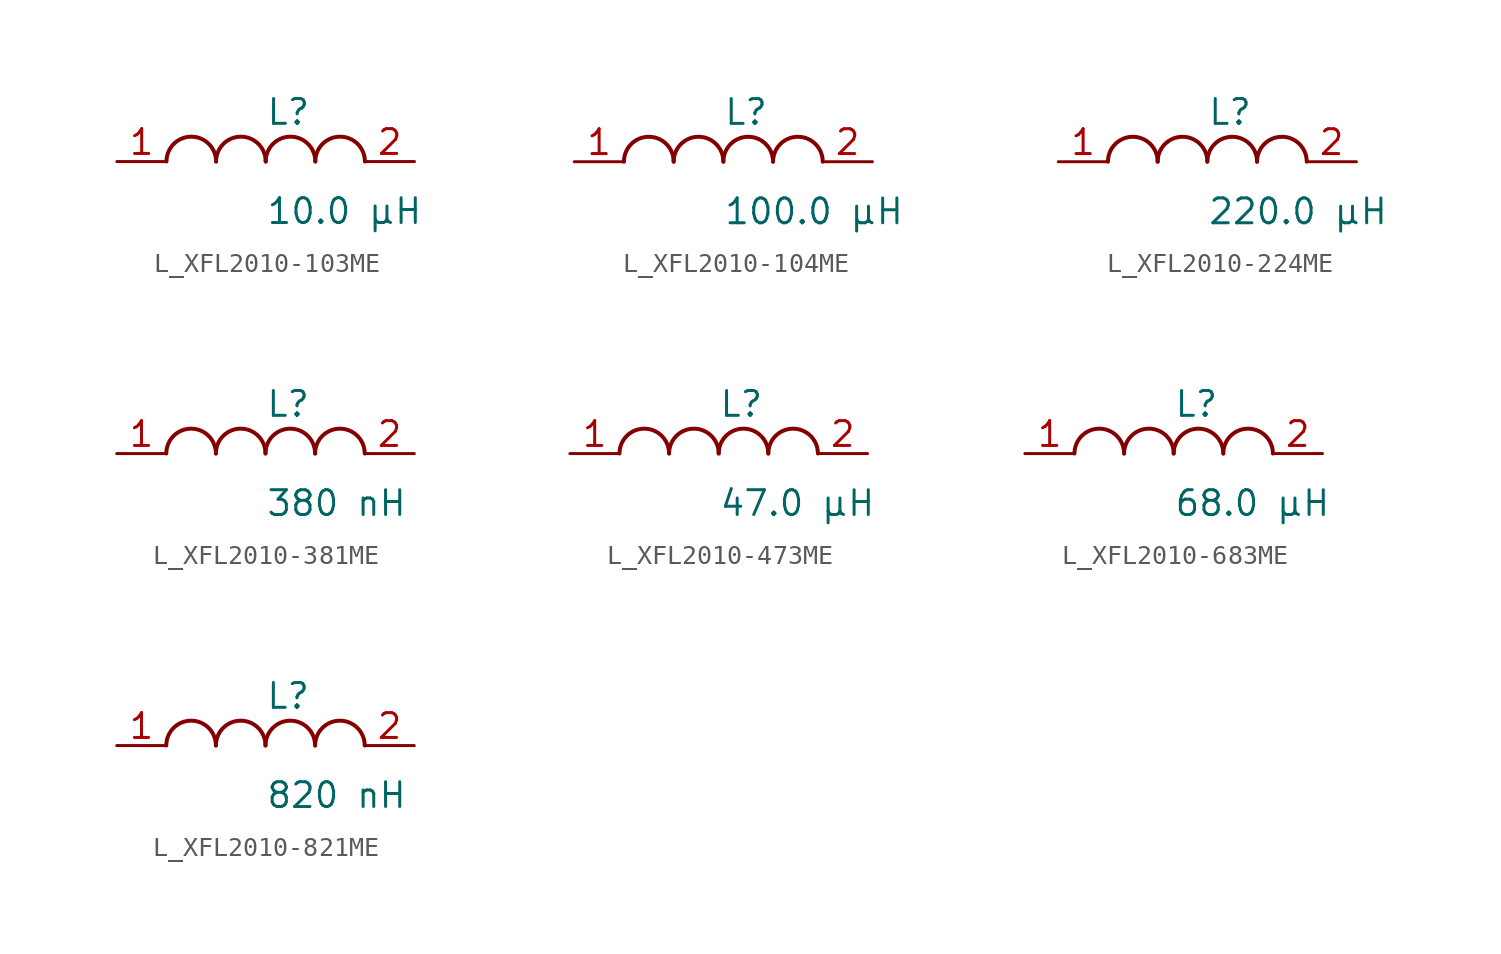
<source format=kicad_sym>
(kicad_symbol_lib
  (version 20231120)
  (generator kicad_symbol_editor)
  (generator_version 8.0)
  (symbol "L_XFL2010-103ME"
    (pin_names
      (offset 0.254))
    (property "Reference" "L"
      (at 0 2.54 0)
      (effects (font (size 1.27 1.27)) (justify left)))
    (property "Value" "10.0 µH"
      (at 0 -2.54 0)
      (effects (font (size 1.27 1.27)) (justify left)))
    (symbol "L_XFL2010-103ME_1_1"
      (arc (start -2.54 0.0056) (mid -3.81 1.27) (end -5.08 0.0056) (stroke (width 0.2032) (type default)) (fill (type none)))
      (arc (start 0 0.0056) (mid -1.27 1.27) (end -2.54 0.0056) (stroke (width 0.2032) (type default)) (fill (type none)))
      (arc (start 2.54 0.0056) (mid 1.27 1.27) (end 0 0.0056) (stroke (width 0.2032) (type default)) (fill (type none)))
      (arc (start 5.08 0.0056) (mid 3.81 1.27) (end 2.54 0.0056) (stroke (width 0.2032) (type default)) (fill (type none)))
      (pin unspecified line (at -7.62 0 0) (length 2.54) (name "" (effects (font (size 1.27 1.27)))) (number "1" (effects (font (size 1.27 1.27)))))
      (pin unspecified line (at 7.62 0 180) (length 2.54) (name "" (effects (font (size 1.27 1.27)))) (number "2" (effects (font (size 1.27 1.27)))))))
  (symbol "L_XFL2010-104ME"
    (pin_names
      (offset 0.254))
    (property "Reference" "L"
      (at 0 2.54 0)
      (effects (font (size 1.27 1.27)) (justify left)))
    (property "Value" "100.0 µH"
      (at 0 -2.54 0)
      (effects (font (size 1.27 1.27)) (justify left)))
    (symbol "L_XFL2010-104ME_1_1"
      (arc (start -2.54 0.0056) (mid -3.81 1.27) (end -5.08 0.0056) (stroke (width 0.2032) (type default)) (fill (type none)))
      (arc (start 0 0.0056) (mid -1.27 1.27) (end -2.54 0.0056) (stroke (width 0.2032) (type default)) (fill (type none)))
      (arc (start 2.54 0.0056) (mid 1.27 1.27) (end 0 0.0056) (stroke (width 0.2032) (type default)) (fill (type none)))
      (arc (start 5.08 0.0056) (mid 3.81 1.27) (end 2.54 0.0056) (stroke (width 0.2032) (type default)) (fill (type none)))
      (pin unspecified line (at -7.62 0 0) (length 2.54) (name "" (effects (font (size 1.27 1.27)))) (number "1" (effects (font (size 1.27 1.27)))))
      (pin unspecified line (at 7.62 0 180) (length 2.54) (name "" (effects (font (size 1.27 1.27)))) (number "2" (effects (font (size 1.27 1.27)))))))
  (symbol "L_XFL2010-224ME"
    (pin_names
      (offset 0.254))
    (property "Reference" "L"
      (at 0 2.54 0)
      (effects (font (size 1.27 1.27)) (justify left)))
    (property "Value" "220.0 µH"
      (at 0 -2.54 0)
      (effects (font (size 1.27 1.27)) (justify left)))
    (symbol "L_XFL2010-224ME_1_1"
      (arc (start -2.54 0.0056) (mid -3.81 1.27) (end -5.08 0.0056) (stroke (width 0.2032) (type default)) (fill (type none)))
      (arc (start 0 0.0056) (mid -1.27 1.27) (end -2.54 0.0056) (stroke (width 0.2032) (type default)) (fill (type none)))
      (arc (start 2.54 0.0056) (mid 1.27 1.27) (end 0 0.0056) (stroke (width 0.2032) (type default)) (fill (type none)))
      (arc (start 5.08 0.0056) (mid 3.81 1.27) (end 2.54 0.0056) (stroke (width 0.2032) (type default)) (fill (type none)))
      (pin unspecified line (at -7.62 0 0) (length 2.54) (name "" (effects (font (size 1.27 1.27)))) (number "1" (effects (font (size 1.27 1.27)))))
      (pin unspecified line (at 7.62 0 180) (length 2.54) (name "" (effects (font (size 1.27 1.27)))) (number "2" (effects (font (size 1.27 1.27)))))))
  (symbol "L_XFL2010-381ME"
    (pin_names
      (offset 0.254))
    (property "Reference" "L"
      (at 0 2.54 0)
      (effects (font (size 1.27 1.27)) (justify left)))
    (property "Value" "380 nH"
      (at 0 -2.54 0)
      (effects (font (size 1.27 1.27)) (justify left)))
    (symbol "L_XFL2010-381ME_1_1"
      (arc (start -2.54 0.0056) (mid -3.81 1.27) (end -5.08 0.0056) (stroke (width 0.2032) (type default)) (fill (type none)))
      (arc (start 0 0.0056) (mid -1.27 1.27) (end -2.54 0.0056) (stroke (width 0.2032) (type default)) (fill (type none)))
      (arc (start 2.54 0.0056) (mid 1.27 1.27) (end 0 0.0056) (stroke (width 0.2032) (type default)) (fill (type none)))
      (arc (start 5.08 0.0056) (mid 3.81 1.27) (end 2.54 0.0056) (stroke (width 0.2032) (type default)) (fill (type none)))
      (pin unspecified line (at -7.62 0 0) (length 2.54) (name "" (effects (font (size 1.27 1.27)))) (number "1" (effects (font (size 1.27 1.27)))))
      (pin unspecified line (at 7.62 0 180) (length 2.54) (name "" (effects (font (size 1.27 1.27)))) (number "2" (effects (font (size 1.27 1.27)))))))
  (symbol "L_XFL2010-473ME"
    (pin_names
      (offset 0.254))
    (property "Reference" "L"
      (at 0 2.54 0)
      (effects (font (size 1.27 1.27)) (justify left)))
    (property "Value" "47.0 µH"
      (at 0 -2.54 0)
      (effects (font (size 1.27 1.27)) (justify left)))
    (symbol "L_XFL2010-473ME_1_1"
      (arc (start -2.54 0.0056) (mid -3.81 1.27) (end -5.08 0.0056) (stroke (width 0.2032) (type default)) (fill (type none)))
      (arc (start 0 0.0056) (mid -1.27 1.27) (end -2.54 0.0056) (stroke (width 0.2032) (type default)) (fill (type none)))
      (arc (start 2.54 0.0056) (mid 1.27 1.27) (end 0 0.0056) (stroke (width 0.2032) (type default)) (fill (type none)))
      (arc (start 5.08 0.0056) (mid 3.81 1.27) (end 2.54 0.0056) (stroke (width 0.2032) (type default)) (fill (type none)))
      (pin unspecified line (at -7.62 0 0) (length 2.54) (name "" (effects (font (size 1.27 1.27)))) (number "1" (effects (font (size 1.27 1.27)))))
      (pin unspecified line (at 7.62 0 180) (length 2.54) (name "" (effects (font (size 1.27 1.27)))) (number "2" (effects (font (size 1.27 1.27)))))))
  (symbol "L_XFL2010-683ME"
    (pin_names
      (offset 0.254))
    (property "Reference" "L"
      (at 0 2.54 0)
      (effects (font (size 1.27 1.27)) (justify left)))
    (property "Value" "68.0 µH"
      (at 0 -2.54 0)
      (effects (font (size 1.27 1.27)) (justify left)))
    (symbol "L_XFL2010-683ME_1_1"
      (arc (start -2.54 0.0056) (mid -3.81 1.27) (end -5.08 0.0056) (stroke (width 0.2032) (type default)) (fill (type none)))
      (arc (start 0 0.0056) (mid -1.27 1.27) (end -2.54 0.0056) (stroke (width 0.2032) (type default)) (fill (type none)))
      (arc (start 2.54 0.0056) (mid 1.27 1.27) (end 0 0.0056) (stroke (width 0.2032) (type default)) (fill (type none)))
      (arc (start 5.08 0.0056) (mid 3.81 1.27) (end 2.54 0.0056) (stroke (width 0.2032) (type default)) (fill (type none)))
      (pin unspecified line (at -7.62 0 0) (length 2.54) (name "" (effects (font (size 1.27 1.27)))) (number "1" (effects (font (size 1.27 1.27)))))
      (pin unspecified line (at 7.62 0 180) (length 2.54) (name "" (effects (font (size 1.27 1.27)))) (number "2" (effects (font (size 1.27 1.27)))))))
  (symbol "L_XFL2010-821ME"
    (pin_names
      (offset 0.254))
    (property "Reference" "L"
      (at 0 2.54 0)
      (effects (font (size 1.27 1.27)) (justify left)))
    (property "Value" "820 nH"
      (at 0 -2.54 0)
      (effects (font (size 1.27 1.27)) (justify left)))
    (symbol "L_XFL2010-821ME_1_1"
      (arc (start -2.54 0.0056) (mid -3.81 1.27) (end -5.08 0.0056) (stroke (width 0.2032) (type default)) (fill (type none)))
      (arc (start 0 0.0056) (mid -1.27 1.27) (end -2.54 0.0056) (stroke (width 0.2032) (type default)) (fill (type none)))
      (arc (start 2.54 0.0056) (mid 1.27 1.27) (end 0 0.0056) (stroke (width 0.2032) (type default)) (fill (type none)))
      (arc (start 5.08 0.0056) (mid 3.81 1.27) (end 2.54 0.0056) (stroke (width 0.2032) (type default)) (fill (type none)))
      (pin unspecified line (at -7.62 0 0) (length 2.54) (name "" (effects (font (size 1.27 1.27)))) (number "1" (effects (font (size 1.27 1.27)))))
      (pin unspecified line (at 7.62 0 180) (length 2.54) (name "" (effects (font (size 1.27 1.27)))) (number "2" (effects (font (size 1.27 1.27))))))))
</source>
